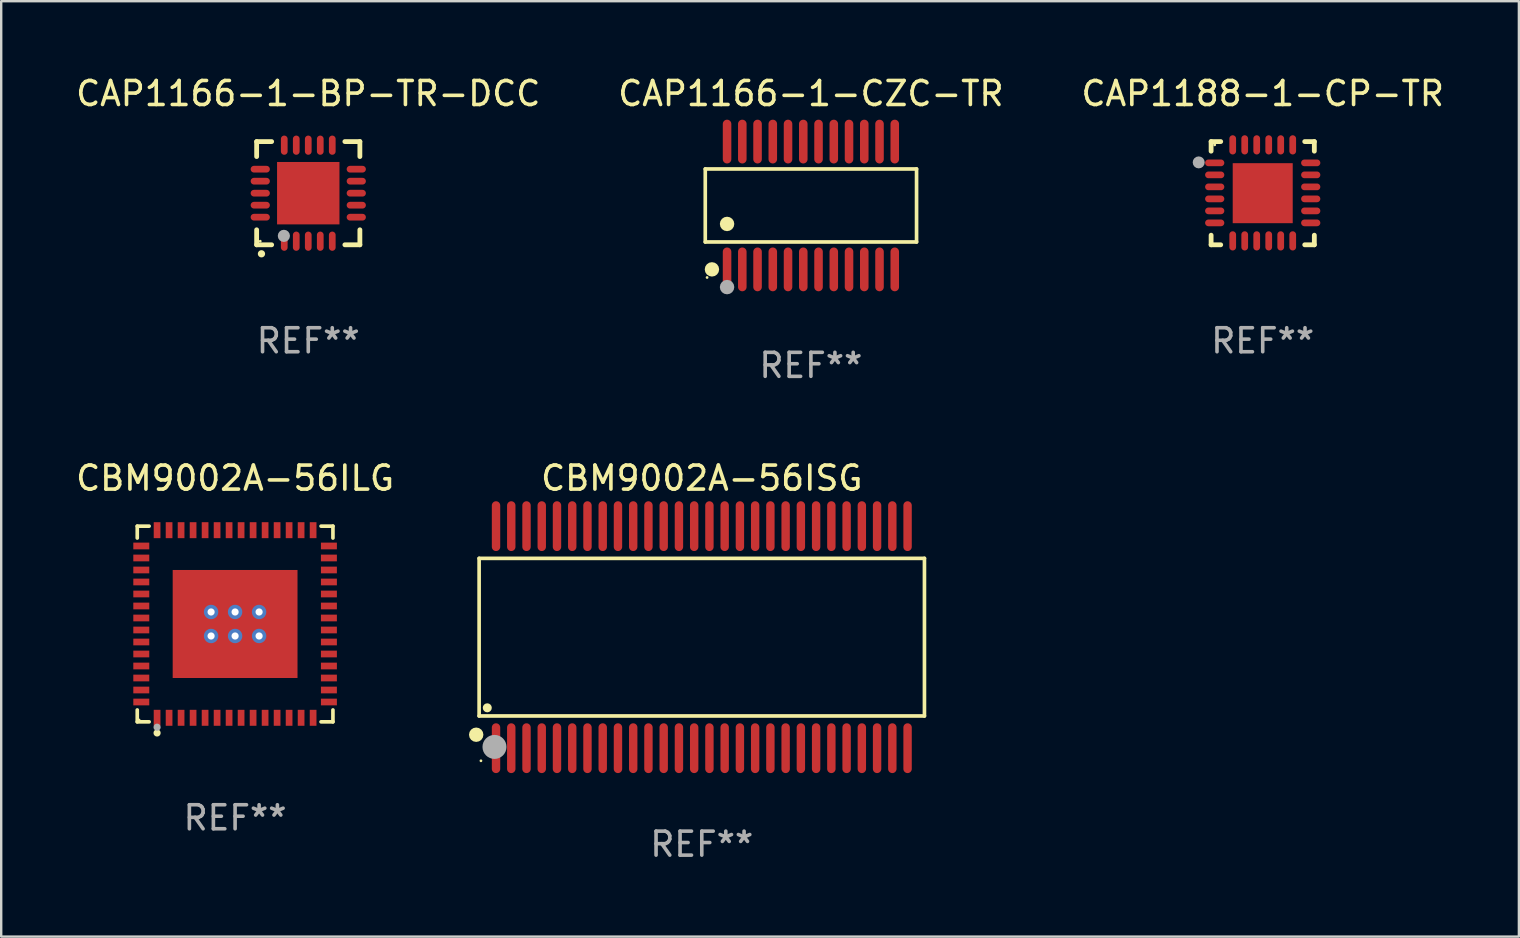
<source format=kicad_pcb>
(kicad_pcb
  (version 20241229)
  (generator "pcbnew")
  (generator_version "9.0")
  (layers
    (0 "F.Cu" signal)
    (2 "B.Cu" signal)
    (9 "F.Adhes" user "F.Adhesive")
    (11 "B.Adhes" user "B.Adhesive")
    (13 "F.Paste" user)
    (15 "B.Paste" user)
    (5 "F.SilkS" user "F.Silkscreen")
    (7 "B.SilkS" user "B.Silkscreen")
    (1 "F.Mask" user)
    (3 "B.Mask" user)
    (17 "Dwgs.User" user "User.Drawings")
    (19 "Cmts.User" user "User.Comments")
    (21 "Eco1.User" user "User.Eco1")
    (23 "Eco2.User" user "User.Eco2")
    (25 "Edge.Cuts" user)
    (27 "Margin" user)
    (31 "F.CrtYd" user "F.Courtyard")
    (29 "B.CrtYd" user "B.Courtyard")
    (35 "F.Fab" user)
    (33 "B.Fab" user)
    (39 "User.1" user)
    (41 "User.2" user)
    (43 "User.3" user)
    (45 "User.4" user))
  (footprint "CAP1166-1-BP-TR-DCC"
    (layer "F.Cu")
    (at 9.792 4.998)
    (property "Reference" "CAP1166-1-BP-TR-DCC" (at 0 -4.15 0) (layer "F.SilkS") (effects (font (size 1 1) (thickness 0.15))))
    (attr through_hole)
    (fp_line (start -2.15 -2.15) (end -2.15 -1.525) (stroke (width 0.2) (type solid)) (layer "F.SilkS"))
    (fp_line (start -2.15 2.15) (end -2.15 1.525) (stroke (width 0.2) (type solid)) (layer "F.SilkS"))
    (fp_line (start -1.525 -2.15) (end -2.15 -2.15) (stroke (width 0.2) (type solid)) (layer "F.SilkS"))
    (fp_line (start -1.525 2.15) (end -2.15 2.15) (stroke (width 0.2) (type solid)) (layer "F.SilkS"))
    (fp_line (start 1.525 2.15) (end 2.15 2.15) (stroke (width 0.2) (type solid)) (layer "F.SilkS"))
    (fp_line (start 2.15 -2.15) (end 1.525 -2.15) (stroke (width 0.2) (type solid)) (layer "F.SilkS"))
    (fp_line (start 2.15 -1.525) (end 2.15 -2.15) (stroke (width 0.2) (type solid)) (layer "F.SilkS"))
    (fp_line (start 2.15 2.15) (end 2.15 1.525) (stroke (width 0.2) (type solid)) (layer "F.SilkS"))
    (fp_arc (start -1.950724 2.524765) (mid -1.949454 2.52476) (end -1.948184 2.524765) (stroke (width 0.3) (type solid)) (layer "F.SilkS"))
    (fp_circle (center -2 2) (end -1.97 2) (stroke (width 0.06) (type solid)) (fill no) (layer "F.SilkS"))
    (fp_circle (center -1.016 1.778) (end -0.889 1.778) (stroke (width 0.254) (type solid)) (fill no) (layer "F.Fab"))
    (fp_text user "REF**" (at 0 6.15 0) (layer "F.Fab") (effects (font (size 1 1) (thickness 0.15))))
    (pad "1" smd oval (at -1 2) (size 0.28 0.8) (layers "F.Cu" "F.Mask" "F.Paste"))
    (pad "2" smd oval (at -0.5 2) (size 0.28 0.8) (layers "F.Cu" "F.Mask" "F.Paste"))
    (pad "3" smd oval (at 0 2) (size 0.28 0.8) (layers "F.Cu" "F.Mask" "F.Paste"))
    (pad "4" smd oval (at 0.5 2) (size 0.28 0.8) (layers "F.Cu" "F.Mask" "F.Paste"))
    (pad "5" smd oval (at 1 2) (size 0.28 0.8) (layers "F.Cu" "F.Mask" "F.Paste"))
    (pad "6" smd oval (at 2 1) (size 0.8 0.28) (layers "F.Cu" "F.Mask" "F.Paste"))
    (pad "7" smd oval (at 2 0.5) (size 0.8 0.28) (layers "F.Cu" "F.Mask" "F.Paste"))
    (pad "8" smd oval (at 2 0) (size 0.8 0.28) (layers "F.Cu" "F.Mask" "F.Paste"))
    (pad "9" smd oval (at 2 -0.5) (size 0.8 0.28) (layers "F.Cu" "F.Mask" "F.Paste"))
    (pad "10" smd oval (at 2 -1) (size 0.8 0.28) (layers "F.Cu" "F.Mask" "F.Paste"))
    (pad "11" smd oval (at 1 -2) (size 0.28 0.8) (layers "F.Cu" "F.Mask" "F.Paste"))
    (pad "12" smd oval (at 0.5 -2) (size 0.28 0.8) (layers "F.Cu" "F.Mask" "F.Paste"))
    (pad "13" smd oval (at 0 -2) (size 0.28 0.8) (layers "F.Cu" "F.Mask" "F.Paste"))
    (pad "14" smd oval (at -0.5 -2) (size 0.28 0.8) (layers "F.Cu" "F.Mask" "F.Paste"))
    (pad "15" smd oval (at -1 -2) (size 0.28 0.8) (layers "F.Cu" "F.Mask" "F.Paste"))
    (pad "16" smd oval (at -2 -1) (size 0.8 0.28) (layers "F.Cu" "F.Mask" "F.Paste"))
    (pad "17" smd oval (at -2 -0.5) (size 0.8 0.28) (layers "F.Cu" "F.Mask" "F.Paste"))
    (pad "18" smd oval (at -2 0) (size 0.8 0.28) (layers "F.Cu" "F.Mask" "F.Paste"))
    (pad "19" smd oval (at -2 0.5) (size 0.8 0.28) (layers "F.Cu" "F.Mask" "F.Paste"))
    (pad "20" smd oval (at -2 1) (size 0.8 0.28) (layers "F.Cu" "F.Mask" "F.Paste"))
    (pad "21" smd rect (at 0 0) (size 2.6 2.6) (layers "F.Cu" "F.Mask" "F.Paste")))
  (footprint "CBM9002A-56ISG"
    (layer "F.Cu")
    (at 26.186 23.494)
    (property "Reference" "CBM9002A-56ISG" (at 0 -6.625 0) (layer "F.SilkS") (effects (font (size 1 1) (thickness 0.15))))
    (attr through_hole)
    (fp_line (start -9.276 -3.283) (end 9.276 -3.283) (stroke (width 0.152) (type solid)) (layer "F.SilkS"))
    (fp_line (start -9.276 3.283) (end -9.276 -3.283) (stroke (width 0.152) (type solid)) (layer "F.SilkS"))
    (fp_line (start 9.276 -3.283) (end 9.276 3.283) (stroke (width 0.152) (type solid)) (layer "F.SilkS"))
    (fp_line (start 9.276 3.283) (end -9.276 3.283) (stroke (width 0.152) (type solid)) (layer "F.SilkS"))
    (fp_circle (center -9.398 4.064) (end -9.248 4.064) (stroke (width 0.3) (type solid)) (fill no) (layer "F.SilkS"))
    (fp_circle (center -9.2 5.15) (end -9.17 5.15) (stroke (width 0.06) (type solid)) (fill no) (layer "F.SilkS"))
    (fp_circle (center -8.936 2.943) (end -8.842 2.943) (stroke (width 0.188) (type solid)) (fill no) (layer "F.SilkS"))
    (fp_circle (center -8.636 4.572) (end -8.386 4.572) (stroke (width 0.5) (type solid)) (fill no) (layer "F.Fab"))
    (fp_text user "REF**" (at 0 8.625 0) (layer "F.Fab") (effects (font (size 1 1) (thickness 0.15))))
    (pad "1" smd oval (at -8.572 4.625 90) (size 2.075 0.35) (layers "F.Cu" "F.Mask" "F.Paste"))
    (pad "2" smd oval (at -7.937 4.625 90) (size 2.075 0.35) (layers "F.Cu" "F.Mask" "F.Paste"))
    (pad "3" smd oval (at -7.302 4.625 90) (size 2.075 0.35) (layers "F.Cu" "F.Mask" "F.Paste"))
    (pad "4" smd oval (at -6.667 4.625 90) (size 2.075 0.35) (layers "F.Cu" "F.Mask" "F.Paste"))
    (pad "5" smd oval (at -6.032 4.625 90) (size 2.075 0.35) (layers "F.Cu" "F.Mask" "F.Paste"))
    (pad "6" smd oval (at -5.397 4.625 90) (size 2.075 0.35) (layers "F.Cu" "F.Mask" "F.Paste"))
    (pad "7" smd oval (at -4.762 4.625 90) (size 2.075 0.35) (layers "F.Cu" "F.Mask" "F.Paste"))
    (pad "8" smd oval (at -4.127 4.625 90) (size 2.075 0.35) (layers "F.Cu" "F.Mask" "F.Paste"))
    (pad "9" smd oval (at -3.492 4.625 90) (size 2.075 0.35) (layers "F.Cu" "F.Mask" "F.Paste"))
    (pad "10" smd oval (at -2.857 4.625 90) (size 2.075 0.35) (layers "F.Cu" "F.Mask" "F.Paste"))
    (pad "11" smd oval (at -2.222 4.625 90) (size 2.075 0.35) (layers "F.Cu" "F.Mask" "F.Paste"))
    (pad "12" smd oval (at -1.587 4.625 90) (size 2.075 0.35) (layers "F.Cu" "F.Mask" "F.Paste"))
    (pad "13" smd oval (at -0.952 4.625 90) (size 2.075 0.35) (layers "F.Cu" "F.Mask" "F.Paste"))
    (pad "14" smd oval (at -0.317 4.625 90) (size 2.075 0.35) (layers "F.Cu" "F.Mask" "F.Paste"))
    (pad "15" smd oval (at 0.318 4.625 90) (size 2.075 0.35) (layers "F.Cu" "F.Mask" "F.Paste"))
    (pad "16" smd oval (at 0.953 4.625 90) (size 2.075 0.35) (layers "F.Cu" "F.Mask" "F.Paste"))
    (pad "17" smd oval (at 1.588 4.625 90) (size 2.075 0.35) (layers "F.Cu" "F.Mask" "F.Paste"))
    (pad "18" smd oval (at 2.223 4.625 90) (size 2.075 0.35) (layers "F.Cu" "F.Mask" "F.Paste"))
    (pad "19" smd oval (at 2.858 4.625 90) (size 2.075 0.35) (layers "F.Cu" "F.Mask" "F.Paste"))
    (pad "20" smd oval (at 3.493 4.625 90) (size 2.075 0.35) (layers "F.Cu" "F.Mask" "F.Paste"))
    (pad "21" smd oval (at 4.128 4.625 90) (size 2.075 0.35) (layers "F.Cu" "F.Mask" "F.Paste"))
    (pad "22" smd oval (at 4.763 4.625 90) (size 2.075 0.35) (layers "F.Cu" "F.Mask" "F.Paste"))
    (pad "23" smd oval (at 5.398 4.625 90) (size 2.075 0.35) (layers "F.Cu" "F.Mask" "F.Paste"))
    (pad "24" smd oval (at 6.033 4.625 90) (size 2.075 0.35) (layers "F.Cu" "F.Mask" "F.Paste"))
    (pad "25" smd oval (at 6.668 4.625 90) (size 2.075 0.35) (layers "F.Cu" "F.Mask" "F.Paste"))
    (pad "26" smd oval (at 7.303 4.625 90) (size 2.075 0.35) (layers "F.Cu" "F.Mask" "F.Paste"))
    (pad "27" smd oval (at 7.938 4.625 90) (size 2.075 0.35) (layers "F.Cu" "F.Mask" "F.Paste"))
    (pad "28" smd oval (at 8.573 4.625 90) (size 2.075 0.35) (layers "F.Cu" "F.Mask" "F.Paste"))
    (pad "29" smd oval (at 8.573 -4.625 90) (size 2.075 0.35) (layers "F.Cu" "F.Mask" "F.Paste"))
    (pad "30" smd oval (at 7.938 -4.625 90) (size 2.075 0.35) (layers "F.Cu" "F.Mask" "F.Paste"))
    (pad "31" smd oval (at 7.303 -4.625 90) (size 2.075 0.35) (layers "F.Cu" "F.Mask" "F.Paste"))
    (pad "32" smd oval (at 6.668 -4.625 90) (size 2.075 0.35) (layers "F.Cu" "F.Mask" "F.Paste"))
    (pad "33" smd oval (at 6.033 -4.625 90) (size 2.075 0.35) (layers "F.Cu" "F.Mask" "F.Paste"))
    (pad "34" smd oval (at 5.398 -4.625 90) (size 2.075 0.35) (layers "F.Cu" "F.Mask" "F.Paste"))
    (pad "35" smd oval (at 4.763 -4.625 90) (size 2.075 0.35) (layers "F.Cu" "F.Mask" "F.Paste"))
    (pad "36" smd oval (at 4.128 -4.625 90) (size 2.075 0.35) (layers "F.Cu" "F.Mask" "F.Paste"))
    (pad "37" smd oval (at 3.493 -4.625 90) (size 2.075 0.35) (layers "F.Cu" "F.Mask" "F.Paste"))
    (pad "38" smd oval (at 2.858 -4.625 90) (size 2.075 0.35) (layers "F.Cu" "F.Mask" "F.Paste"))
    (pad "39" smd oval (at 2.223 -4.625 90) (size 2.075 0.35) (layers "F.Cu" "F.Mask" "F.Paste"))
    (pad "40" smd oval (at 1.588 -4.625 90) (size 2.075 0.35) (layers "F.Cu" "F.Mask" "F.Paste"))
    (pad "41" smd oval (at 0.953 -4.625 90) (size 2.075 0.35) (layers "F.Cu" "F.Mask" "F.Paste"))
    (pad "42" smd oval (at 0.318 -4.625 90) (size 2.075 0.35) (layers "F.Cu" "F.Mask" "F.Paste"))
    (pad "43" smd oval (at -0.317 -4.625 90) (size 2.075 0.35) (layers "F.Cu" "F.Mask" "F.Paste"))
    (pad "44" smd oval (at -0.952 -4.625 90) (size 2.075 0.35) (layers "F.Cu" "F.Mask" "F.Paste"))
    (pad "45" smd oval (at -1.587 -4.625 90) (size 2.075 0.35) (layers "F.Cu" "F.Mask" "F.Paste"))
    (pad "46" smd oval (at -2.222 -4.625 90) (size 2.075 0.35) (layers "F.Cu" "F.Mask" "F.Paste"))
    (pad "47" smd oval (at -2.857 -4.625 90) (size 2.075 0.35) (layers "F.Cu" "F.Mask" "F.Paste"))
    (pad "48" smd oval (at -3.492 -4.625 90) (size 2.075 0.35) (layers "F.Cu" "F.Mask" "F.Paste"))
    (pad "49" smd oval (at -4.127 -4.625 90) (size 2.075 0.35) (layers "F.Cu" "F.Mask" "F.Paste"))
    (pad "50" smd oval (at -4.762 -4.625 90) (size 2.075 0.35) (layers "F.Cu" "F.Mask" "F.Paste"))
    (pad "51" smd oval (at -5.397 -4.625 90) (size 2.075 0.35) (layers "F.Cu" "F.Mask" "F.Paste"))
    (pad "52" smd oval (at -6.032 -4.625 90) (size 2.075 0.35) (layers "F.Cu" "F.Mask" "F.Paste"))
    (pad "53" smd oval (at -6.667 -4.625 90) (size 2.075 0.35) (layers "F.Cu" "F.Mask" "F.Paste"))
    (pad "54" smd oval (at -7.302 -4.625 90) (size 2.075 0.35) (layers "F.Cu" "F.Mask" "F.Paste"))
    (pad "55" smd oval (at -7.937 -4.625 90) (size 2.075 0.35) (layers "F.Cu" "F.Mask" "F.Paste"))
    (pad "56" smd oval (at -8.572 -4.625 90) (size 2.075 0.35) (layers "F.Cu" "F.Mask" "F.Paste")))
  (footprint "CBM9002A-56ILG"
    (layer "F.Cu")
    (at 6.744 22.945)
    (property "Reference" "CBM9002A-56ILG" (at 0 -6.076 0) (layer "F.SilkS") (effects (font (size 1 1) (thickness 0.15))))
    (attr through_hole)
    (fp_line (start -4.076 -4.076) (end -3.581 -4.076) (stroke (width 0.152) (type solid)) (layer "F.SilkS"))
    (fp_line (start -4.076 -3.581) (end -4.076 -4.076) (stroke (width 0.152) (type solid)) (layer "F.SilkS"))
    (fp_line (start -4.076 3.581) (end -4.076 4.076) (stroke (width 0.152) (type solid)) (layer "F.SilkS"))
    (fp_line (start -4.076 4.076) (end -3.581 4.076) (stroke (width 0.152) (type solid)) (layer "F.SilkS"))
    (fp_line (start 4.076 -4.076) (end 3.581 -4.076) (stroke (width 0.152) (type solid)) (layer "F.SilkS"))
    (fp_line (start 4.076 -3.581) (end 4.076 -4.076) (stroke (width 0.152) (type solid)) (layer "F.SilkS"))
    (fp_line (start 4.076 3.581) (end 4.076 4.076) (stroke (width 0.152) (type solid)) (layer "F.SilkS"))
    (fp_line (start 4.076 4.076) (end 3.581 4.076) (stroke (width 0.152) (type solid)) (layer "F.SilkS"))
    (fp_circle (center -4 4) (end -3.97 4) (stroke (width 0.06) (type solid)) (fill no) (layer "F.SilkS"))
    (fp_circle (center -3.25 4.54) (end -3.175 4.54) (stroke (width 0.15) (type solid)) (fill no) (layer "F.SilkS"))
    (fp_circle (center -3.25 4.3) (end -3.175 4.3) (stroke (width 0.15) (type solid)) (fill no) (layer "F.Fab"))
    (fp_text user "REF**" (at 0 8.076 0) (layer "F.Fab") (effects (font (size 1 1) (thickness 0.15))))
    (pad "1" smd rect (at -3.25 3.908) (size 0.28 0.665) (layers "F.Cu" "F.Mask" "F.Paste"))
    (pad "2" smd rect (at -2.75 3.908) (size 0.28 0.665) (layers "F.Cu" "F.Mask" "F.Paste"))
    (pad "3" smd rect (at -2.25 3.908) (size 0.28 0.665) (layers "F.Cu" "F.Mask" "F.Paste"))
    (pad "4" smd rect (at -1.75 3.908) (size 0.28 0.665) (layers "F.Cu" "F.Mask" "F.Paste"))
    (pad "5" smd rect (at -1.25 3.908) (size 0.28 0.665) (layers "F.Cu" "F.Mask" "F.Paste"))
    (pad "6" smd rect (at -0.75 3.908) (size 0.28 0.665) (layers "F.Cu" "F.Mask" "F.Paste"))
    (pad "7" smd rect (at -0.25 3.908) (size 0.28 0.665) (layers "F.Cu" "F.Mask" "F.Paste"))
    (pad "8" smd rect (at 0.25 3.908) (size 0.28 0.665) (layers "F.Cu" "F.Mask" "F.Paste"))
    (pad "9" smd rect (at 0.75 3.908) (size 0.28 0.665) (layers "F.Cu" "F.Mask" "F.Paste"))
    (pad "10" smd rect (at 1.25 3.908) (size 0.28 0.665) (layers "F.Cu" "F.Mask" "F.Paste"))
    (pad "11" smd rect (at 1.75 3.908) (size 0.28 0.665) (layers "F.Cu" "F.Mask" "F.Paste"))
    (pad "12" smd rect (at 2.25 3.908) (size 0.28 0.665) (layers "F.Cu" "F.Mask" "F.Paste"))
    (pad "13" smd rect (at 2.75 3.908) (size 0.28 0.665) (layers "F.Cu" "F.Mask" "F.Paste"))
    (pad "14" smd rect (at 3.25 3.908) (size 0.28 0.665) (layers "F.Cu" "F.Mask" "F.Paste"))
    (pad "15" smd rect (at 3.908 3.25) (size 0.665 0.28) (layers "F.Cu" "F.Mask" "F.Paste"))
    (pad "16" smd rect (at 3.908 2.75) (size 0.665 0.28) (layers "F.Cu" "F.Mask" "F.Paste"))
    (pad "17" smd rect (at 3.908 2.25) (size 0.665 0.28) (layers "F.Cu" "F.Mask" "F.Paste"))
    (pad "18" smd rect (at 3.908 1.75) (size 0.665 0.28) (layers "F.Cu" "F.Mask" "F.Paste"))
    (pad "19" smd rect (at 3.908 1.25) (size 0.665 0.28) (layers "F.Cu" "F.Mask" "F.Paste"))
    (pad "20" smd rect (at 3.908 0.75) (size 0.665 0.28) (layers "F.Cu" "F.Mask" "F.Paste"))
    (pad "21" smd rect (at 3.908 0.25) (size 0.665 0.28) (layers "F.Cu" "F.Mask" "F.Paste"))
    (pad "22" smd rect (at 3.908 -0.25) (size 0.665 0.28) (layers "F.Cu" "F.Mask" "F.Paste"))
    (pad "23" smd rect (at 3.908 -0.75) (size 0.665 0.28) (layers "F.Cu" "F.Mask" "F.Paste"))
    (pad "24" smd rect (at 3.908 -1.25) (size 0.665 0.28) (layers "F.Cu" "F.Mask" "F.Paste"))
    (pad "25" smd rect (at 3.908 -1.75) (size 0.665 0.28) (layers "F.Cu" "F.Mask" "F.Paste"))
    (pad "26" smd rect (at 3.908 -2.25) (size 0.665 0.28) (layers "F.Cu" "F.Mask" "F.Paste"))
    (pad "27" smd rect (at 3.908 -2.75) (size 0.665 0.28) (layers "F.Cu" "F.Mask" "F.Paste"))
    (pad "28" smd rect (at 3.908 -3.25) (size 0.665 0.28) (layers "F.Cu" "F.Mask" "F.Paste"))
    (pad "29" smd rect (at 3.25 -3.908) (size 0.28 0.665) (layers "F.Cu" "F.Mask" "F.Paste"))
    (pad "30" smd rect (at 2.75 -3.908) (size 0.28 0.665) (layers "F.Cu" "F.Mask" "F.Paste"))
    (pad "31" smd rect (at 2.25 -3.908) (size 0.28 0.665) (layers "F.Cu" "F.Mask" "F.Paste"))
    (pad "32" smd rect (at 1.75 -3.908) (size 0.28 0.665) (layers "F.Cu" "F.Mask" "F.Paste"))
    (pad "33" smd rect (at 1.25 -3.908) (size 0.28 0.665) (layers "F.Cu" "F.Mask" "F.Paste"))
    (pad "34" smd rect (at 0.75 -3.908) (size 0.28 0.665) (layers "F.Cu" "F.Mask" "F.Paste"))
    (pad "35" smd rect (at 0.25 -3.908) (size 0.28 0.665) (layers "F.Cu" "F.Mask" "F.Paste"))
    (pad "36" smd rect (at -0.25 -3.908) (size 0.28 0.665) (layers "F.Cu" "F.Mask" "F.Paste"))
    (pad "37" smd rect (at -0.75 -3.908) (size 0.28 0.665) (layers "F.Cu" "F.Mask" "F.Paste"))
    (pad "38" smd rect (at -1.25 -3.908) (size 0.28 0.665) (layers "F.Cu" "F.Mask" "F.Paste"))
    (pad "39" smd rect (at -1.75 -3.908) (size 0.28 0.665) (layers "F.Cu" "F.Mask" "F.Paste"))
    (pad "40" smd rect (at -2.25 -3.908) (size 0.28 0.665) (layers "F.Cu" "F.Mask" "F.Paste"))
    (pad "41" smd rect (at -2.75 -3.908) (size 0.28 0.665) (layers "F.Cu" "F.Mask" "F.Paste"))
    (pad "42" smd rect (at -3.25 -3.908) (size 0.28 0.665) (layers "F.Cu" "F.Mask" "F.Paste"))
    (pad "43" smd rect (at -3.908 -3.25) (size 0.665 0.28) (layers "F.Cu" "F.Mask" "F.Paste"))
    (pad "44" smd rect (at -3.908 -2.75) (size 0.665 0.28) (layers "F.Cu" "F.Mask" "F.Paste"))
    (pad "45" smd rect (at -3.908 -2.25) (size 0.665 0.28) (layers "F.Cu" "F.Mask" "F.Paste"))
    (pad "46" smd rect (at -3.908 -1.75) (size 0.665 0.28) (layers "F.Cu" "F.Mask" "F.Paste"))
    (pad "47" smd rect (at -3.908 -1.25) (size 0.665 0.28) (layers "F.Cu" "F.Mask" "F.Paste"))
    (pad "48" smd rect (at -3.908 -0.75) (size 0.665 0.28) (layers "F.Cu" "F.Mask" "F.Paste"))
    (pad "49" smd rect (at -3.908 -0.25) (size 0.665 0.28) (layers "F.Cu" "F.Mask" "F.Paste"))
    (pad "50" smd rect (at -3.908 0.25) (size 0.665 0.28) (layers "F.Cu" "F.Mask" "F.Paste"))
    (pad "51" smd rect (at -3.908 0.75) (size 0.665 0.28) (layers "F.Cu" "F.Mask" "F.Paste"))
    (pad "52" smd rect (at -3.908 1.25) (size 0.665 0.28) (layers "F.Cu" "F.Mask" "F.Paste"))
    (pad "53" smd rect (at -3.908 1.75) (size 0.665 0.28) (layers "F.Cu" "F.Mask" "F.Paste"))
    (pad "54" smd rect (at -3.908 2.25) (size 0.665 0.28) (layers "F.Cu" "F.Mask" "F.Paste"))
    (pad "55" smd rect (at -3.908 2.75) (size 0.665 0.28) (layers "F.Cu" "F.Mask" "F.Paste"))
    (pad "56" smd rect (at -3.908 3.25) (size 0.665 0.28) (layers "F.Cu" "F.Mask" "F.Paste"))
    (pad "57" thru_hole circle (at -1 -0.5) (size 0.6 0.6) (drill 0.3) (layers "*.Cu" "*.Mask"))
    (pad "57" thru_hole circle (at -1 0.5) (size 0.6 0.6) (drill 0.3) (layers "*.Cu" "*.Mask"))
    (pad "57" thru_hole circle (at 0 -0.5) (size 0.6 0.6) (drill 0.3) (layers "*.Cu" "*.Mask"))
    (pad "57" smd rect (at 0 0) (size 5.2 4.5) (layers "F.Cu" "F.Mask" "F.Paste"))
    (pad "57" thru_hole circle (at 0 0.5) (size 0.6 0.6) (drill 0.3) (layers "*.Cu" "*.Mask"))
    (pad "57" thru_hole circle (at 1 -0.5) (size 0.6 0.6) (drill 0.3) (layers "*.Cu" "*.Mask"))
    (pad "57" thru_hole circle (at 1 0.5) (size 0.6 0.6) (drill 0.3) (layers "*.Cu" "*.Mask")))
  (footprint "CAP1166-1-CZC-TR"
    (layer "F.Cu")
    (at 30.732 5.51)
    (property "Reference" "CAP1166-1-CZC-TR" (at 0 -4.662 0) (layer "F.SilkS") (effects (font (size 1 1) (thickness 0.15))))
    (attr through_hole)
    (fp_line (start -4.401 -1.521) (end 4.401 -1.521) (stroke (width 0.152) (type solid)) (layer "F.SilkS"))
    (fp_line (start -4.401 1.521) (end -4.401 -1.521) (stroke (width 0.152) (type solid)) (layer "F.SilkS"))
    (fp_line (start 4.401 -1.521) (end 4.401 1.521) (stroke (width 0.152) (type solid)) (layer "F.SilkS"))
    (fp_line (start 4.401 1.521) (end -4.401 1.521) (stroke (width 0.152) (type solid)) (layer "F.SilkS"))
    (fp_circle (center -4.325 3) (end -4.295 3) (stroke (width 0.06) (type solid)) (fill no) (layer "F.SilkS"))
    (fp_circle (center -4.123 2.662) (end -3.973 2.662) (stroke (width 0.3) (type solid)) (fill no) (layer "F.SilkS"))
    (fp_circle (center -3.493 0.769) (end -3.342 0.769) (stroke (width 0.3) (type solid)) (fill no) (layer "F.SilkS"))
    (fp_circle (center -3.493 3.4) (end -3.342 3.4) (stroke (width 0.3) (type solid)) (fill no) (layer "F.Fab"))
    (fp_text user "REF**" (at 0 6.662 0) (layer "F.Fab") (effects (font (size 1 1) (thickness 0.15))))
    (pad "1" smd oval (at -3.493 2.662) (size 0.356 1.824) (layers "F.Cu" "F.Mask" "F.Paste"))
    (pad "2" smd oval (at -2.858 2.662) (size 0.356 1.824) (layers "F.Cu" "F.Mask" "F.Paste"))
    (pad "3" smd oval (at -2.223 2.662) (size 0.356 1.824) (layers "F.Cu" "F.Mask" "F.Paste"))
    (pad "4" smd oval (at -1.588 2.662) (size 0.356 1.824) (layers "F.Cu" "F.Mask" "F.Paste"))
    (pad "5" smd oval (at -0.953 2.662) (size 0.356 1.824) (layers "F.Cu" "F.Mask" "F.Paste"))
    (pad "6" smd oval (at -0.318 2.662) (size 0.356 1.824) (layers "F.Cu" "F.Mask" "F.Paste"))
    (pad "7" smd oval (at 0.318 2.662) (size 0.356 1.824) (layers "F.Cu" "F.Mask" "F.Paste"))
    (pad "8" smd oval (at 0.953 2.662) (size 0.356 1.824) (layers "F.Cu" "F.Mask" "F.Paste"))
    (pad "9" smd oval (at 1.588 2.662) (size 0.356 1.824) (layers "F.Cu" "F.Mask" "F.Paste"))
    (pad "10" smd oval (at 2.223 2.662) (size 0.356 1.824) (layers "F.Cu" "F.Mask" "F.Paste"))
    (pad "11" smd oval (at 2.858 2.662) (size 0.356 1.824) (layers "F.Cu" "F.Mask" "F.Paste"))
    (pad "12" smd oval (at 3.493 2.662) (size 0.356 1.824) (layers "F.Cu" "F.Mask" "F.Paste"))
    (pad "13" smd oval (at 3.493 -2.662) (size 0.356 1.824) (layers "F.Cu" "F.Mask" "F.Paste"))
    (pad "14" smd oval (at 2.858 -2.662) (size 0.356 1.824) (layers "F.Cu" "F.Mask" "F.Paste"))
    (pad "15" smd oval (at 2.223 -2.662) (size 0.356 1.824) (layers "F.Cu" "F.Mask" "F.Paste"))
    (pad "16" smd oval (at 1.588 -2.662) (size 0.356 1.824) (layers "F.Cu" "F.Mask" "F.Paste"))
    (pad "17" smd oval (at 0.953 -2.662) (size 0.356 1.824) (layers "F.Cu" "F.Mask" "F.Paste"))
    (pad "18" smd oval (at 0.318 -2.662) (size 0.356 1.824) (layers "F.Cu" "F.Mask" "F.Paste"))
    (pad "19" smd oval (at -0.318 -2.662) (size 0.356 1.824) (layers "F.Cu" "F.Mask" "F.Paste"))
    (pad "20" smd oval (at -0.953 -2.662) (size 0.356 1.824) (layers "F.Cu" "F.Mask" "F.Paste"))
    (pad "21" smd oval (at -1.588 -2.662) (size 0.356 1.824) (layers "F.Cu" "F.Mask" "F.Paste"))
    (pad "22" smd oval (at -2.223 -2.662) (size 0.356 1.824) (layers "F.Cu" "F.Mask" "F.Paste"))
    (pad "23" smd oval (at -2.858 -2.662) (size 0.356 1.824) (layers "F.Cu" "F.Mask" "F.Paste"))
    (pad "24" smd oval (at -3.493 -2.662) (size 0.356 1.824) (layers "F.Cu" "F.Mask" "F.Paste")))
  (footprint "CAP1188-1-CP-TR"
    (layer "F.Cu")
    (at 49.554 4.998)
    (property "Reference" "CAP1188-1-CP-TR" (at 0 -4.15 0) (layer "F.SilkS") (effects (font (size 1 1) (thickness 0.15))))
    (attr through_hole)
    (fp_line (start -2.15 -2.15) (end -1.75 -2.15) (stroke (width 0.2) (type solid)) (layer "F.SilkS"))
    (fp_line (start -2.15 -1.75) (end -2.15 -2.15) (stroke (width 0.2) (type solid)) (layer "F.SilkS"))
    (fp_line (start -2.15 2.15) (end -2.15 1.75) (stroke (width 0.2) (type solid)) (layer "F.SilkS"))
    (fp_line (start -1.75 2.15) (end -2.15 2.15) (stroke (width 0.2) (type solid)) (layer "F.SilkS"))
    (fp_line (start 1.75 -2.15) (end 2.15 -2.15) (stroke (width 0.2) (type solid)) (layer "F.SilkS"))
    (fp_line (start 1.75 2.15) (end 2.15 2.15) (stroke (width 0.2) (type solid)) (layer "F.SilkS"))
    (fp_line (start 2.15 -2.15) (end 2.15 -1.75) (stroke (width 0.2) (type solid)) (layer "F.SilkS"))
    (fp_line (start 2.15 2.15) (end 2.15 1.75) (stroke (width 0.2) (type solid)) (layer "F.SilkS"))
    (fp_circle (center -2 -2.013) (end -1.97 -2.013) (stroke (width 0.06) (type solid)) (fill no) (layer "F.SilkS"))
    (fp_circle (center -2.667 -1.283) (end -2.542 -1.283) (stroke (width 0.25) (type solid)) (fill no) (layer "F.Fab"))
    (fp_text user "REF**" (at 0 6.15 0) (layer "F.Fab") (effects (font (size 1 1) (thickness 0.15))))
    (pad "1" smd oval (at -2 -1.263) (size 0.8 0.28) (layers "F.Cu" "F.Mask" "F.Paste"))
    (pad "2" smd oval (at -2 -0.763) (size 0.8 0.28) (layers "F.Cu" "F.Mask" "F.Paste"))
    (pad "3" smd oval (at -2 -0.263) (size 0.8 0.28) (layers "F.Cu" "F.Mask" "F.Paste"))
    (pad "4" smd oval (at -2 0.237) (size 0.8 0.28) (layers "F.Cu" "F.Mask" "F.Paste"))
    (pad "5" smd oval (at -2 0.737) (size 0.8 0.28) (layers "F.Cu" "F.Mask" "F.Paste"))
    (pad "6" smd oval (at -2 1.237) (size 0.8 0.28) (layers "F.Cu" "F.Mask" "F.Paste"))
    (pad "7" smd oval (at -1.25 1.987) (size 0.28 0.8) (layers "F.Cu" "F.Mask" "F.Paste"))
    (pad "8" smd oval (at -0.75 1.987) (size 0.28 0.8) (layers "F.Cu" "F.Mask" "F.Paste"))
    (pad "9" smd oval (at -0.25 1.987) (size 0.28 0.8) (layers "F.Cu" "F.Mask" "F.Paste"))
    (pad "10" smd oval (at 0.25 1.987) (size 0.28 0.8) (layers "F.Cu" "F.Mask" "F.Paste"))
    (pad "11" smd oval (at 0.75 1.987) (size 0.28 0.8) (layers "F.Cu" "F.Mask" "F.Paste"))
    (pad "12" smd oval (at 1.25 1.987) (size 0.28 0.8) (layers "F.Cu" "F.Mask" "F.Paste"))
    (pad "13" smd oval (at 2 1.237) (size 0.8 0.28) (layers "F.Cu" "F.Mask" "F.Paste"))
    (pad "14" smd oval (at 2 0.737) (size 0.8 0.28) (layers "F.Cu" "F.Mask" "F.Paste"))
    (pad "15" smd oval (at 2 0.237) (size 0.8 0.28) (layers "F.Cu" "F.Mask" "F.Paste"))
    (pad "16" smd oval (at 2 -0.263) (size 0.8 0.28) (layers "F.Cu" "F.Mask" "F.Paste"))
    (pad "17" smd oval (at 2 -0.763) (size 0.8 0.28) (layers "F.Cu" "F.Mask" "F.Paste"))
    (pad "18" smd oval (at 2 -1.263) (size 0.8 0.28) (layers "F.Cu" "F.Mask" "F.Paste"))
    (pad "19" smd oval (at 1.25 -2.013) (size 0.28 0.8) (layers "F.Cu" "F.Mask" "F.Paste"))
    (pad "20" smd oval (at 0.75 -2.013) (size 0.28 0.8) (layers "F.Cu" "F.Mask" "F.Paste"))
    (pad "21" smd oval (at 0.25 -2.013) (size 0.28 0.8) (layers "F.Cu" "F.Mask" "F.Paste"))
    (pad "22" smd oval (at -0.25 -2.013) (size 0.28 0.8) (layers "F.Cu" "F.Mask" "F.Paste"))
    (pad "23" smd oval (at -0.75 -2.013) (size 0.28 0.8) (layers "F.Cu" "F.Mask" "F.Paste"))
    (pad "24" smd oval (at -1.25 -2.013) (size 0.28 0.8) (layers "F.Cu" "F.Mask" "F.Paste"))
    (pad "25" smd rect (at -0.000127 -0.00014) (size 2.5 2.5) (layers "F.Cu" "F.Mask" "F.Paste")))
  (gr_rect
    (start -3 -3)
    (end 60.226 35.967)
    (stroke (width 0.1) (type default))
    (fill no)
    (layer "Edge.Cuts")))
</source>
